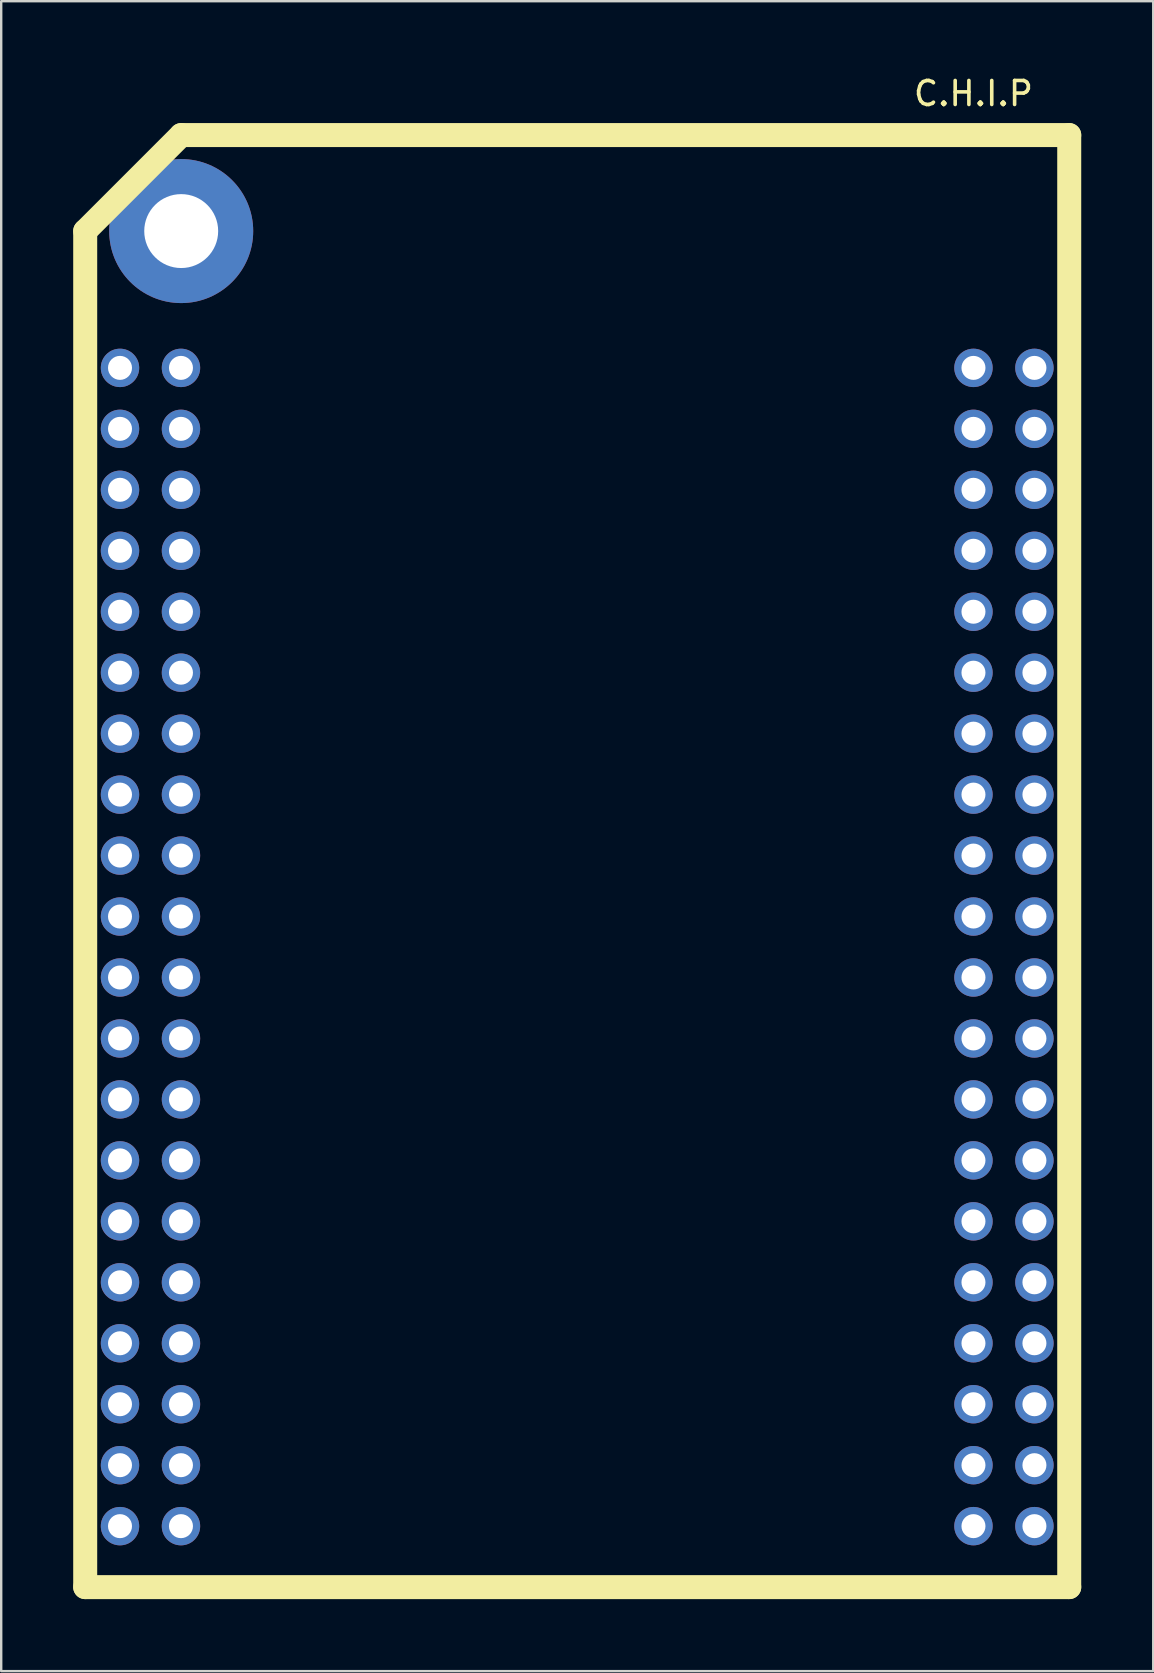
<source format=kicad_pcb>
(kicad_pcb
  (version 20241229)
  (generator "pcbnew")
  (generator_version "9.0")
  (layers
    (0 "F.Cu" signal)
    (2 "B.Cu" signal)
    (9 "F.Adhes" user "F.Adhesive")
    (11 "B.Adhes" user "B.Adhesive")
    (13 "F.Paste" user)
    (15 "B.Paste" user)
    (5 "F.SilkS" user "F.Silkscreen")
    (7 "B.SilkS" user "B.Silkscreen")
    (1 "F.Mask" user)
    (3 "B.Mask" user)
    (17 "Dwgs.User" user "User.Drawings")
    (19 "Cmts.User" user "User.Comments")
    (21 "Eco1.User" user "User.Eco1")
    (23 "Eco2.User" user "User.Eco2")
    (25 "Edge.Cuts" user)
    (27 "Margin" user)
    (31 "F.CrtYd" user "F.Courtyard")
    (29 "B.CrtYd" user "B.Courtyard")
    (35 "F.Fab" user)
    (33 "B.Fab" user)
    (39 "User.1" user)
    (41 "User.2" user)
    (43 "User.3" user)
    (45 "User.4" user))
  (footprint "C.H.I.P"
    (layer "F.Cu")
    (at 21 35.138)
    (property "Reference" "C.H.I.P" (at 16.51 -34.29 0) (layer "F.SilkS") (effects (font (size 1 1) (thickness 0.15))))
    (attr through_hole)
    (fp_line (start -20.5 27.94) (end -20.5 -28.56) (stroke (width 1) (type solid)) (layer "F.SilkS"))
    (fp_line (start -16.5 -32.56) (end -20.5 -28.56) (stroke (width 1) (type solid)) (layer "F.SilkS"))
    (fp_line (start 20.5 -32.56) (end -16.5 -32.56) (stroke (width 1) (type solid)) (layer "F.SilkS"))
    (fp_line (start 20.5 27.94) (end -20.5 27.94) (stroke (width 1) (type solid)) (layer "F.SilkS"))
    (fp_line (start 20.5 27.94) (end 20.5 -32.56) (stroke (width 1) (type solid)) (layer "F.SilkS"))
    (pad "" np_thru_hole circle (at -16.5 -28.56) (size 6 6) (drill 3.08) (layers "*.Cu" "*.Mask"))
    (pad "1" thru_hole circle (at -19.05 -22.86) (size 1.6 1.6) (drill 1) (layers "*.Cu" "*.Mask"))
    (pad "2" thru_hole circle (at -16.51 -22.86) (size 1.6 1.6) (drill 1) (layers "*.Cu" "*.Mask"))
    (pad "3" thru_hole circle (at -19.05 -20.32) (size 1.6 1.6) (drill 1) (layers "*.Cu" "*.Mask"))
    (pad "4" thru_hole circle (at -16.51 -20.32) (size 1.6 1.6) (drill 1) (layers "*.Cu" "*.Mask"))
    (pad "5" thru_hole circle (at -19.05 -17.78) (size 1.6 1.6) (drill 1) (layers "*.Cu" "*.Mask"))
    (pad "6" thru_hole circle (at -16.51 -17.78) (size 1.6 1.6) (drill 1) (layers "*.Cu" "*.Mask"))
    (pad "7" thru_hole circle (at -19.05 -15.24) (size 1.6 1.6) (drill 1) (layers "*.Cu" "*.Mask"))
    (pad "8" thru_hole circle (at -16.51 -15.24) (size 1.6 1.6) (drill 1) (layers "*.Cu" "*.Mask"))
    (pad "9" thru_hole circle (at -19.05 -12.7) (size 1.6 1.6) (drill 1) (layers "*.Cu" "*.Mask"))
    (pad "10" thru_hole circle (at -16.51 -12.7) (size 1.6 1.6) (drill 1) (layers "*.Cu" "*.Mask"))
    (pad "11" thru_hole circle (at -19.05 -10.16) (size 1.6 1.6) (drill 1) (layers "*.Cu" "*.Mask"))
    (pad "12" thru_hole circle (at -16.51 -10.16) (size 1.6 1.6) (drill 1) (layers "*.Cu" "*.Mask"))
    (pad "13" thru_hole circle (at -19.05 -7.62) (size 1.6 1.6) (drill 1) (layers "*.Cu" "*.Mask"))
    (pad "14" thru_hole circle (at -16.51 -7.62) (size 1.6 1.6) (drill 1) (layers "*.Cu" "*.Mask"))
    (pad "15" thru_hole circle (at -19.05 -5.08) (size 1.6 1.6) (drill 1) (layers "*.Cu" "*.Mask"))
    (pad "16" thru_hole circle (at -16.51 -5.08) (size 1.6 1.6) (drill 1) (layers "*.Cu" "*.Mask"))
    (pad "17" thru_hole circle (at -19.05 -2.54) (size 1.6 1.6) (drill 1) (layers "*.Cu" "*.Mask"))
    (pad "18" thru_hole circle (at -16.51 -2.54) (size 1.6 1.6) (drill 1) (layers "*.Cu" "*.Mask"))
    (pad "19" thru_hole circle (at -19.05 0) (size 1.6 1.6) (drill 1) (layers "*.Cu" "*.Mask"))
    (pad "20" thru_hole circle (at -16.51 0) (size 1.6 1.6) (drill 1) (layers "*.Cu" "*.Mask"))
    (pad "21" thru_hole circle (at -19.05 2.54) (size 1.6 1.6) (drill 1) (layers "*.Cu" "*.Mask"))
    (pad "22" thru_hole circle (at -16.51 2.54) (size 1.6 1.6) (drill 1) (layers "*.Cu" "*.Mask"))
    (pad "23" thru_hole circle (at -19.05 5.08) (size 1.6 1.6) (drill 1) (layers "*.Cu" "*.Mask"))
    (pad "24" thru_hole circle (at -16.51 5.08) (size 1.6 1.6) (drill 1) (layers "*.Cu" "*.Mask"))
    (pad "25" thru_hole circle (at -19.05 7.62) (size 1.6 1.6) (drill 1) (layers "*.Cu" "*.Mask"))
    (pad "26" thru_hole circle (at -16.51 7.62) (size 1.6 1.6) (drill 1) (layers "*.Cu" "*.Mask"))
    (pad "27" thru_hole circle (at -19.05 10.16) (size 1.6 1.6) (drill 1) (layers "*.Cu" "*.Mask"))
    (pad "28" thru_hole circle (at -16.51 10.16) (size 1.6 1.6) (drill 1) (layers "*.Cu" "*.Mask"))
    (pad "29" thru_hole circle (at -19.05 12.7) (size 1.6 1.6) (drill 1) (layers "*.Cu" "*.Mask"))
    (pad "30" thru_hole circle (at -16.51 12.7) (size 1.6 1.6) (drill 1) (layers "*.Cu" "*.Mask"))
    (pad "31" thru_hole circle (at -19.05 15.24) (size 1.6 1.6) (drill 1) (layers "*.Cu" "*.Mask"))
    (pad "32" thru_hole circle (at -16.51 15.24) (size 1.6 1.6) (drill 1) (layers "*.Cu" "*.Mask"))
    (pad "33" thru_hole circle (at -19.05 17.78) (size 1.6 1.6) (drill 1) (layers "*.Cu" "*.Mask"))
    (pad "34" thru_hole circle (at -16.51 17.78) (size 1.6 1.6) (drill 1) (layers "*.Cu" "*.Mask"))
    (pad "35" thru_hole circle (at -19.05 20.32) (size 1.6 1.6) (drill 1) (layers "*.Cu" "*.Mask"))
    (pad "36" thru_hole circle (at -16.51 20.32) (size 1.6 1.6) (drill 1) (layers "*.Cu" "*.Mask"))
    (pad "37" thru_hole circle (at -19.05 22.86) (size 1.6 1.6) (drill 1) (layers "*.Cu" "*.Mask"))
    (pad "38" thru_hole circle (at -16.51 22.86) (size 1.6 1.6) (drill 1) (layers "*.Cu" "*.Mask"))
    (pad "39" thru_hole circle (at -19.05 25.4) (size 1.6 1.6) (drill 1) (layers "*.Cu" "*.Mask"))
    (pad "40" thru_hole circle (at -16.51 25.4) (size 1.6 1.6) (drill 1) (layers "*.Cu" "*.Mask"))
    (pad "41" thru_hole circle (at 16.51 -22.86) (size 1.6 1.6) (drill 1) (layers "*.Cu" "*.Mask"))
    (pad "42" thru_hole circle (at 19.05 -22.86) (size 1.6 1.6) (drill 1) (layers "*.Cu" "*.Mask"))
    (pad "43" thru_hole circle (at 16.51 -20.32) (size 1.6 1.6) (drill 1) (layers "*.Cu" "*.Mask"))
    (pad "44" thru_hole circle (at 19.05 -20.32) (size 1.6 1.6) (drill 1) (layers "*.Cu" "*.Mask"))
    (pad "45" thru_hole circle (at 16.51 -17.78) (size 1.6 1.6) (drill 1) (layers "*.Cu" "*.Mask"))
    (pad "46" thru_hole circle (at 19.05 -17.78) (size 1.6 1.6) (drill 1) (layers "*.Cu" "*.Mask"))
    (pad "47" thru_hole circle (at 16.51 -15.24) (size 1.6 1.6) (drill 1) (layers "*.Cu" "*.Mask"))
    (pad "48" thru_hole circle (at 19.05 -15.24) (size 1.6 1.6) (drill 1) (layers "*.Cu" "*.Mask"))
    (pad "49" thru_hole circle (at 16.51 -12.7) (size 1.6 1.6) (drill 1) (layers "*.Cu" "*.Mask"))
    (pad "50" thru_hole circle (at 19.05 -12.7) (size 1.6 1.6) (drill 1) (layers "*.Cu" "*.Mask"))
    (pad "51" thru_hole circle (at 16.51 -10.16) (size 1.6 1.6) (drill 1) (layers "*.Cu" "*.Mask"))
    (pad "52" thru_hole circle (at 19.05 -10.16) (size 1.6 1.6) (drill 1) (layers "*.Cu" "*.Mask"))
    (pad "53" thru_hole circle (at 16.51 -7.62) (size 1.6 1.6) (drill 1) (layers "*.Cu" "*.Mask"))
    (pad "54" thru_hole circle (at 19.05 -7.62) (size 1.6 1.6) (drill 1) (layers "*.Cu" "*.Mask"))
    (pad "55" thru_hole circle (at 16.51 -5.08) (size 1.6 1.6) (drill 1) (layers "*.Cu" "*.Mask"))
    (pad "56" thru_hole circle (at 19.05 -5.08) (size 1.6 1.6) (drill 1) (layers "*.Cu" "*.Mask"))
    (pad "57" thru_hole circle (at 16.51 -2.54) (size 1.6 1.6) (drill 1) (layers "*.Cu" "*.Mask"))
    (pad "58" thru_hole circle (at 19.05 -2.54) (size 1.6 1.6) (drill 1) (layers "*.Cu" "*.Mask"))
    (pad "59" thru_hole circle (at 16.51 0) (size 1.6 1.6) (drill 1) (layers "*.Cu" "*.Mask"))
    (pad "60" thru_hole circle (at 19.05 0) (size 1.6 1.6) (drill 1) (layers "*.Cu" "*.Mask"))
    (pad "61" thru_hole circle (at 16.51 2.54) (size 1.6 1.6) (drill 1) (layers "*.Cu" "*.Mask"))
    (pad "62" thru_hole circle (at 19.05 2.54) (size 1.6 1.6) (drill 1) (layers "*.Cu" "*.Mask"))
    (pad "63" thru_hole circle (at 16.51 5.08) (size 1.6 1.6) (drill 1) (layers "*.Cu" "*.Mask"))
    (pad "64" thru_hole circle (at 19.05 5.08) (size 1.6 1.6) (drill 1) (layers "*.Cu" "*.Mask"))
    (pad "65" thru_hole circle (at 16.51 7.62) (size 1.6 1.6) (drill 1) (layers "*.Cu" "*.Mask"))
    (pad "66" thru_hole circle (at 19.05 7.62) (size 1.6 1.6) (drill 1) (layers "*.Cu" "*.Mask"))
    (pad "67" thru_hole circle (at 16.51 10.16) (size 1.6 1.6) (drill 1) (layers "*.Cu" "*.Mask"))
    (pad "68" thru_hole circle (at 19.05 10.16) (size 1.6 1.6) (drill 1) (layers "*.Cu" "*.Mask"))
    (pad "69" thru_hole circle (at 16.51 12.7) (size 1.6 1.6) (drill 1) (layers "*.Cu" "*.Mask"))
    (pad "70" thru_hole circle (at 19.05 12.7) (size 1.6 1.6) (drill 1) (layers "*.Cu" "*.Mask"))
    (pad "71" thru_hole circle (at 16.51 15.24) (size 1.6 1.6) (drill 1) (layers "*.Cu" "*.Mask"))
    (pad "72" thru_hole circle (at 19.05 15.24) (size 1.6 1.6) (drill 1) (layers "*.Cu" "*.Mask"))
    (pad "73" thru_hole circle (at 16.51 17.78) (size 1.6 1.6) (drill 1) (layers "*.Cu" "*.Mask"))
    (pad "74" thru_hole circle (at 19.05 17.78) (size 1.6 1.6) (drill 1) (layers "*.Cu" "*.Mask"))
    (pad "75" thru_hole circle (at 16.51 20.32) (size 1.6 1.6) (drill 1) (layers "*.Cu" "*.Mask"))
    (pad "76" thru_hole circle (at 19.05 20.32) (size 1.6 1.6) (drill 1) (layers "*.Cu" "*.Mask"))
    (pad "77" thru_hole circle (at 16.51 22.86) (size 1.6 1.6) (drill 1) (layers "*.Cu" "*.Mask"))
    (pad "78" thru_hole circle (at 19.05 22.86) (size 1.6 1.6) (drill 1) (layers "*.Cu" "*.Mask"))
    (pad "79" thru_hole circle (at 16.51 25.4) (size 1.6 1.6) (drill 1) (layers "*.Cu" "*.Mask"))
    (pad "80" thru_hole circle (at 19.05 25.4) (size 1.6 1.6) (drill 1) (layers "*.Cu" "*.Mask")))
  (gr_rect
    (start -3 -3)
    (end 45 66.578)
    (stroke (width 0.1) (type default))
    (fill no)
    (layer "Edge.Cuts")))
</source>
